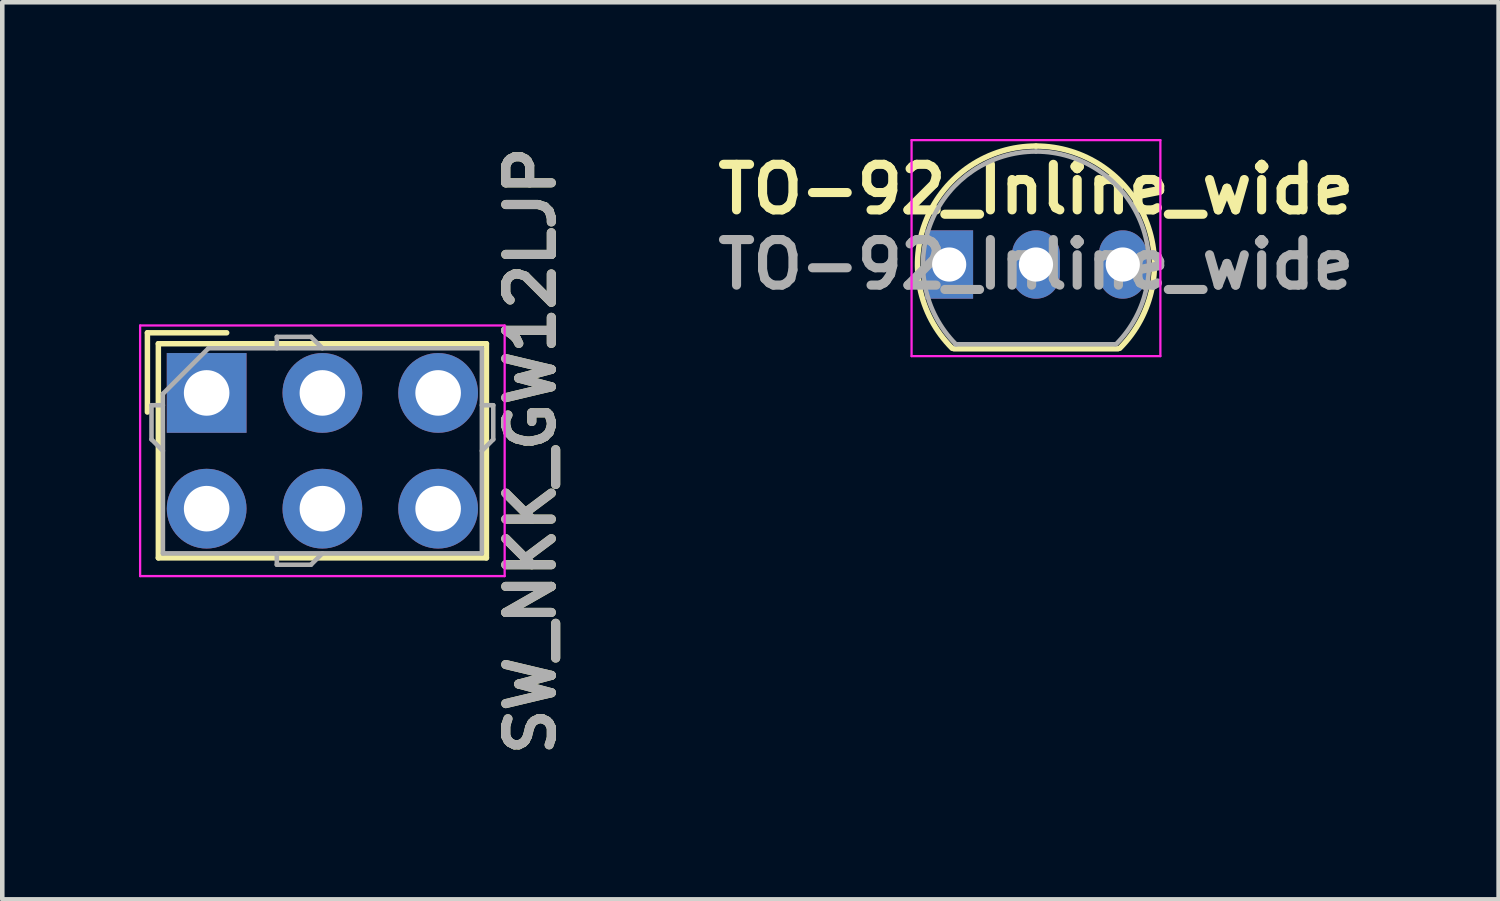
<source format=kicad_pcb>
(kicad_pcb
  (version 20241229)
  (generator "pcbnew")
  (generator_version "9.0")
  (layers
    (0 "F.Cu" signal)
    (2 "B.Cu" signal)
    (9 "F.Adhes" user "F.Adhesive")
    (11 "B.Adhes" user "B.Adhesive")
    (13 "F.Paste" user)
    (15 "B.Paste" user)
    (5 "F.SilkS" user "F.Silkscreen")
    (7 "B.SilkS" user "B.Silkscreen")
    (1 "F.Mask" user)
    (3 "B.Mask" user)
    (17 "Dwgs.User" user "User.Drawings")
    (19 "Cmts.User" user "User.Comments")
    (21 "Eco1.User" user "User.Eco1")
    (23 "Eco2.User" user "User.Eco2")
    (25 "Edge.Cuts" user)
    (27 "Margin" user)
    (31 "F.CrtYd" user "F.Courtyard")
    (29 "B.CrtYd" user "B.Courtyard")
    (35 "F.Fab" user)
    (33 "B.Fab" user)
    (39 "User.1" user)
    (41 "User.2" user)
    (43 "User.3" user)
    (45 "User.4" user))
  (footprint "SW_NKK_GW12LJP"
    (layer "F.Cu")
    (at 1.485 5.573)
    (property "Reference" "SW_NKK_GW12LJP" (at 7.112 1.27 90) (layer "F.SilkS") (effects (font (size 1 1) (thickness 0.2))))
    (attr through_hole)
    (fp_line (start -1.3 -1.32) (end 0.44 -1.32) (stroke (width 0.12) (type solid)) (layer "F.SilkS"))
    (fp_line (start -1.3 0.42) (end -1.3 -1.32) (stroke (width 0.12) (type solid)) (layer "F.SilkS"))
    (fp_line (start -1.06 -1.08) (end -1.06 3.62) (stroke (width 0.12) (type solid)) (layer "F.SilkS"))
    (fp_line (start -1.06 3.62) (end 6.14 3.62) (stroke (width 0.12) (type solid)) (layer "F.SilkS"))
    (fp_line (start 6.14 -1.08) (end -1.06 -1.08) (stroke (width 0.12) (type solid)) (layer "F.SilkS"))
    (fp_line (start 6.14 3.62) (end 6.14 -1.08) (stroke (width 0.12) (type solid)) (layer "F.SilkS"))
    (fp_line (start -1.46 -1.48) (end -1.46 4.02) (stroke (width 0.05) (type solid)) (layer "F.CrtYd"))
    (fp_line (start -1.46 4.02) (end 6.54 4.02) (stroke (width 0.05) (type solid)) (layer "F.CrtYd"))
    (fp_line (start 6.54 -1.48) (end -1.46 -1.48) (stroke (width 0.05) (type solid)) (layer "F.CrtYd"))
    (fp_line (start 6.54 4.02) (end 6.54 -1.48) (stroke (width 0.05) (type solid)) (layer "F.CrtYd"))
    (fp_line (start -1.21 0.27) (end -0.96 0.27) (stroke (width 0.1) (type solid)) (layer "F.Fab"))
    (fp_line (start -1.21 1.02) (end -1.21 0.27) (stroke (width 0.1) (type solid)) (layer "F.Fab"))
    (fp_line (start -0.96 0.02) (end 0.04 -0.98) (stroke (width 0.1) (type solid)) (layer "F.Fab"))
    (fp_line (start -0.96 1.27) (end -1.21 1.02) (stroke (width 0.1) (type solid)) (layer "F.Fab"))
    (fp_line (start -0.96 3.52) (end -0.96 0.02) (stroke (width 0.1) (type solid)) (layer "F.Fab"))
    (fp_line (start 0.04 -0.98) (end 6.04 -0.98) (stroke (width 0.1) (type solid)) (layer "F.Fab"))
    (fp_line (start 1.54 -1.23) (end 1.54 -0.98) (stroke (width 0.1) (type solid)) (layer "F.Fab"))
    (fp_line (start 1.54 3.77) (end 1.54 3.52) (stroke (width 0.1) (type solid)) (layer "F.Fab"))
    (fp_line (start 2.29 -1.23) (end 1.54 -1.23) (stroke (width 0.1) (type solid)) (layer "F.Fab"))
    (fp_line (start 2.29 3.77) (end 1.54 3.77) (stroke (width 0.1) (type solid)) (layer "F.Fab"))
    (fp_line (start 2.54 -0.98) (end 2.29 -1.23) (stroke (width 0.1) (type solid)) (layer "F.Fab"))
    (fp_line (start 2.54 3.52) (end 2.29 3.77) (stroke (width 0.1) (type solid)) (layer "F.Fab"))
    (fp_line (start 6.04 -0.98) (end 6.04 3.52) (stroke (width 0.1) (type solid)) (layer "F.Fab"))
    (fp_line (start 6.04 1.27) (end 6.29 1.02) (stroke (width 0.1) (type solid)) (layer "F.Fab"))
    (fp_line (start 6.04 3.52) (end -0.96 3.52) (stroke (width 0.1) (type solid)) (layer "F.Fab"))
    (fp_line (start 6.29 0.27) (end 6.04 0.27) (stroke (width 0.1) (type solid)) (layer "F.Fab"))
    (fp_line (start 6.29 1.02) (end 6.29 0.27) (stroke (width 0.1) (type solid)) (layer "F.Fab"))
    (fp_text user "${REFERENCE}" (at 7.112 1.27 90) (layer "F.Fab") (effects (font (size 1 1) (thickness 0.2))))
    (pad "1" thru_hole rect (at 0 0) (size 1.75 1.75) (drill 1) (layers "*.Cu" "*.Mask"))
    (pad "2" thru_hole circle (at 2.54 0) (size 1.75 1.75) (drill 1) (layers "*.Cu" "*.Mask"))
    (pad "3" thru_hole circle (at 5.08 0) (size 1.75 1.75) (drill 1) (layers "*.Cu" "*.Mask"))
    (pad "4" thru_hole circle (at 0 2.54) (size 1.75 1.75) (drill 1) (layers "*.Cu" "*.Mask"))
    (pad "5" thru_hole circle (at 2.54 2.54) (size 1.75 1.75) (drill 1) (layers "*.Cu" "*.Mask"))
    (pad "6" thru_hole circle (at 5.08 2.54) (size 1.75 1.75) (drill 1) (layers "*.Cu" "*.Mask")))
  (footprint "TO-92_Inline_wide"
    (layer "F.Cu")
    (at 18.415 2.755)
    (property "Reference" "TO-92_Inline_wide" (at 1.27 -1.651 180) (layer "F.SilkS") (effects (font (size 1 1) (thickness 0.2))))
    (attr through_hole)
    (fp_line (start -0.53 1.85) (end 3.07 1.85) (stroke (width 0.12) (type solid)) (layer "F.SilkS"))
    (fp_arc (start -0.568478 1.838478) (mid -1.132087 -0.994977) (end 1.27 -2.6) (stroke (width 0.12) (type solid)) (layer "F.SilkS"))
    (fp_arc (start 1.27 -2.6) (mid 3.672087 -0.994977) (end 3.108478 1.838478) (stroke (width 0.12) (type solid)) (layer "F.SilkS"))
    (fp_line (start -1.46 -2.73) (end -1.46 2.01) (stroke (width 0.05) (type solid)) (layer "F.CrtYd"))
    (fp_line (start -1.46 -2.73) (end 4 -2.73) (stroke (width 0.05) (type solid)) (layer "F.CrtYd"))
    (fp_line (start 4 2.01) (end -1.46 2.01) (stroke (width 0.05) (type solid)) (layer "F.CrtYd"))
    (fp_line (start 4 2.01) (end 4 -2.73) (stroke (width 0.05) (type solid)) (layer "F.CrtYd"))
    (fp_line (start -0.5 1.75) (end 3 1.75) (stroke (width 0.1) (type solid)) (layer "F.Fab"))
    (fp_arc (start -0.483625 1.753625) (mid -1.021221 -0.949055) (end 1.27 -2.48) (stroke (width 0.1) (type solid)) (layer "F.Fab"))
    (fp_arc (start 1.27 -2.48) (mid 3.561221 -0.949055) (end 3.023625 1.753625) (stroke (width 0.1) (type solid)) (layer "F.Fab"))
    (fp_text user "${REFERENCE}" (at 1.27 0 180) (layer "F.Fab") (effects (font (size 1 1) (thickness 0.2))))
    (pad "1" thru_hole rect (at -0.635 0) (size 1.05 1.5) (drill 0.75) (layers "*.Cu" "*.Mask"))
    (pad "2" thru_hole oval (at 1.27 0) (size 1.05 1.5) (drill 0.75) (layers "*.Cu" "*.Mask"))
    (pad "3" thru_hole oval (at 3.175 0) (size 1.05 1.5) (drill 0.75) (layers "*.Cu" "*.Mask")))
  (gr_rect
    (start -3 -3)
    (end 29.838 16.686)
    (stroke (width 0.1) (type default))
    (fill no)
    (layer "Edge.Cuts")))
</source>
